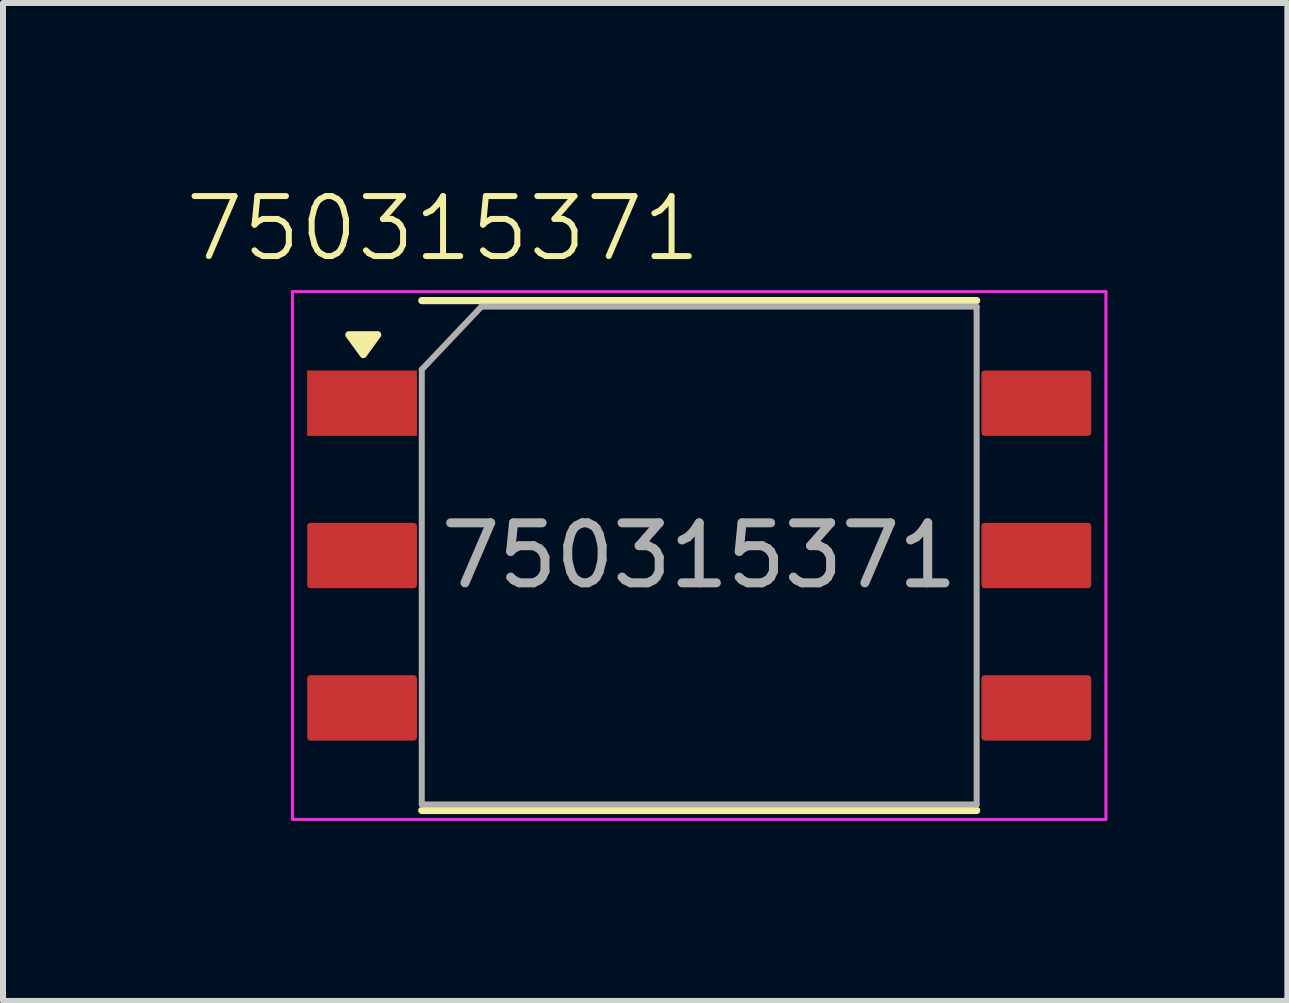
<source format=kicad_pcb>
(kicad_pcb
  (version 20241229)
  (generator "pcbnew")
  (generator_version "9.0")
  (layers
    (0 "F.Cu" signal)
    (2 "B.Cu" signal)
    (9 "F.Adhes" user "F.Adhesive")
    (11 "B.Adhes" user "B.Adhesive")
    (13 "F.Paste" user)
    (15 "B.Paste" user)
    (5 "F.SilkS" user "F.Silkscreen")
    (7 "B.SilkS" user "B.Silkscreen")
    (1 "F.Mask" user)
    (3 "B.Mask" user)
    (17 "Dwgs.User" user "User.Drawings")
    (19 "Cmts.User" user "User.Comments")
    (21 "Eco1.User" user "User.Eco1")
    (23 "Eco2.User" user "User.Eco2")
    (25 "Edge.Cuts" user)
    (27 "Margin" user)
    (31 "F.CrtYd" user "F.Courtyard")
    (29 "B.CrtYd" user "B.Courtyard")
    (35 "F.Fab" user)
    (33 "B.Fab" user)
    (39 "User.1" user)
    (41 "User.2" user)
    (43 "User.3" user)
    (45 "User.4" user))
  (footprint "750315371"
    (layer "F.Cu")
    (at 8.606 6.191)
    (property "Reference" "750315371" (at -4.27 -5.43 0) (unlocked yes) (layer "F.SilkS") (effects (font (size 1 1) (thickness 0.1))))
    (attr smd)
    (fp_line (start -4.625 -4.23) (end 4.625 -4.23) (stroke (width 0.12) (type solid)) (layer "F.SilkS"))
    (fp_line (start 4.625 4.27) (end -4.625 4.27) (stroke (width 0.12) (type solid)) (layer "F.SilkS"))
    (fp_poly (pts (xy -5.6 -3.33) (xy -5.84 -3.66) (xy -5.36 -3.66) (xy -5.6 -3.33)) (stroke (width 0.12) (type solid)) (fill yes) (layer "F.SilkS"))
    (fp_line (start -6.78 -4.38) (end 6.78 -4.38) (stroke (width 0.05) (type solid)) (layer "F.CrtYd"))
    (fp_line (start -6.78 4.42) (end -6.78 -4.38) (stroke (width 0.05) (type solid)) (layer "F.CrtYd"))
    (fp_line (start 6.78 -4.38) (end 6.78 4.42) (stroke (width 0.05) (type solid)) (layer "F.CrtYd"))
    (fp_line (start 6.78 4.42) (end -6.78 4.42) (stroke (width 0.05) (type solid)) (layer "F.CrtYd"))
    (fp_line (start -4.625 -3.08) (end -3.63 -4.13) (stroke (width 0.1) (type solid)) (layer "F.Fab"))
    (fp_line (start -4.625 4.17) (end -4.625 -3.08) (stroke (width 0.1) (type solid)) (layer "F.Fab"))
    (fp_line (start -3.63 -4.13) (end 4.625 -4.13) (stroke (width 0.1) (type solid)) (layer "F.Fab"))
    (fp_line (start 4.625 -4.13) (end 4.625 4.17) (stroke (width 0.1) (type solid)) (layer "F.Fab"))
    (fp_line (start 4.625 4.17) (end -4.625 4.17) (stroke (width 0.1) (type solid)) (layer "F.Fab"))
    (fp_text user "${REFERENCE}" (at 0 0.02 0) (layer "F.Fab") (effects (font (size 1 1) (thickness 0.15))))
    (pad "1" smd rect (at -5.62 -2.52) (size 1.83 1.09) (layers "F.Cu" "F.Mask" "F.Paste"))
    (pad "2" smd roundrect (at -5.62 0.02) (size 1.83 1.09) (layers "F.Cu" "F.Mask" "F.Paste") (roundrect_rratio 0.05))
    (pad "3" smd roundrect (at -5.62 2.56) (size 1.83 1.09) (layers "F.Cu" "F.Mask" "F.Paste") (roundrect_rratio 0.05))
    (pad "4" smd roundrect (at 5.62 2.56) (size 1.83 1.09) (layers "F.Cu" "F.Mask" "F.Paste") (roundrect_rratio 0.05))
    (pad "5" smd roundrect (at 5.62 0.02) (size 1.83 1.09) (layers "F.Cu" "F.Mask" "F.Paste") (roundrect_rratio 0.05))
    (pad "6" smd roundrect (at 5.62 -2.52) (size 1.83 1.09) (layers "F.Cu" "F.Mask" "F.Paste") (roundrect_rratio 0.05)))
  (gr_rect
    (start -3 -3)
    (end 18.411 13.636)
    (stroke (width 0.1) (type default))
    (fill no)
    (layer "Edge.Cuts")))
</source>
